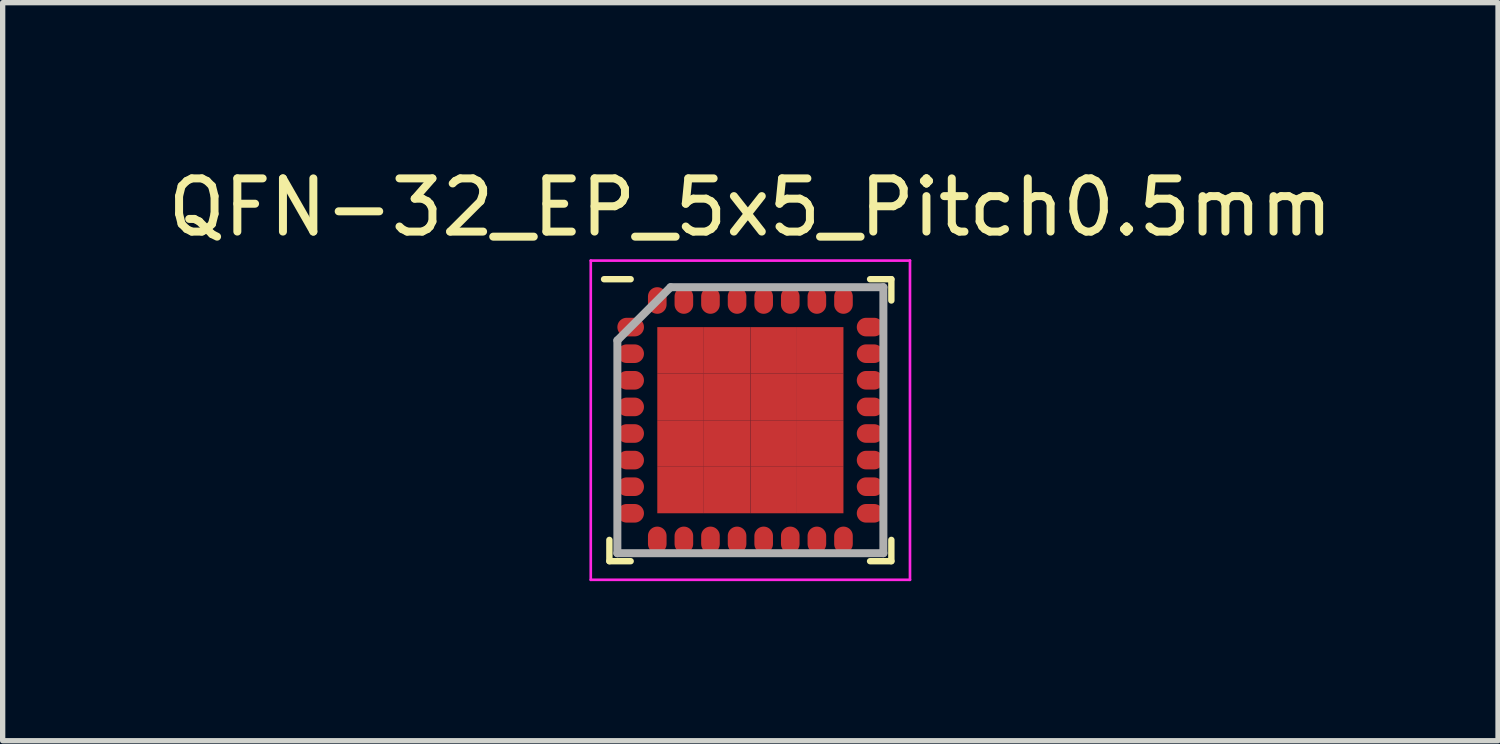
<source format=kicad_pcb>
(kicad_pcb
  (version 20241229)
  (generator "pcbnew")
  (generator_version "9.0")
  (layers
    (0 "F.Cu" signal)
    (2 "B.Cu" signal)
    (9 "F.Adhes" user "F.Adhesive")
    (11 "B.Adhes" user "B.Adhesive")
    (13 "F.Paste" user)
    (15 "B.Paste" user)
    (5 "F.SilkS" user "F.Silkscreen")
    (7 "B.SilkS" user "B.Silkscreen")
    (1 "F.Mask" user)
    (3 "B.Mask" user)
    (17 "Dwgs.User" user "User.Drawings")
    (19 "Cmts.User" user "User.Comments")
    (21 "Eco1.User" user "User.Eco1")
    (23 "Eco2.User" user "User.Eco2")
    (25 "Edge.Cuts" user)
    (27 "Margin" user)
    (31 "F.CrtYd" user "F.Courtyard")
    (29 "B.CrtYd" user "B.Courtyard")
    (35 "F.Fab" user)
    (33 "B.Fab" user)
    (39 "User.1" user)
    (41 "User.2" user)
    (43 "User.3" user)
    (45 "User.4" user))
  (footprint "QFN-32_EP_5x5_Pitch0.5mm"
    (layer "F.Cu")
    (at 11.054 4.848)
    (property "Reference" "QFN-32_EP_5x5_Pitch0.5mm" (at 0 -4 0) (layer "F.SilkS") (effects (font (size 1 1) (thickness 0.15))))
    (attr smd)
    (fp_line (start -2.65 2.65) (end -2.65 2.25) (stroke (width 0.12) (type solid)) (layer "F.SilkS"))
    (fp_line (start -2.25 -2.65) (end -2.75 -2.65) (stroke (width 0.12) (type solid)) (layer "F.SilkS"))
    (fp_line (start -2.25 2.65) (end -2.65 2.65) (stroke (width 0.12) (type solid)) (layer "F.SilkS"))
    (fp_line (start 2.25 -2.65) (end 2.65 -2.65) (stroke (width 0.12) (type solid)) (layer "F.SilkS"))
    (fp_line (start 2.25 2.65) (end 2.65 2.65) (stroke (width 0.12) (type solid)) (layer "F.SilkS"))
    (fp_line (start 2.65 -2.65) (end 2.65 -2.25) (stroke (width 0.12) (type solid)) (layer "F.SilkS"))
    (fp_line (start 2.65 2.65) (end 2.65 2.25) (stroke (width 0.12) (type solid)) (layer "F.SilkS"))
    (fp_line (start -3 -3) (end 3 -3) (stroke (width 0.05) (type solid)) (layer "F.CrtYd"))
    (fp_line (start -3 3) (end -3 -3) (stroke (width 0.05) (type solid)) (layer "F.CrtYd"))
    (fp_line (start 3 -3) (end 3 3) (stroke (width 0.05) (type solid)) (layer "F.CrtYd"))
    (fp_line (start 3 3) (end -3 3) (stroke (width 0.05) (type solid)) (layer "F.CrtYd"))
    (fp_line (start -2.5 -1.5) (end -2.5 2.5) (stroke (width 0.15) (type solid)) (layer "F.Fab"))
    (fp_line (start -2.5 2.5) (end 2.5 2.5) (stroke (width 0.15) (type solid)) (layer "F.Fab"))
    (fp_line (start -1.5 -2.5) (end -2.5 -1.5) (stroke (width 0.15) (type solid)) (layer "F.Fab"))
    (fp_line (start 2.5 -2.5) (end -1.5 -2.5) (stroke (width 0.15) (type solid)) (layer "F.Fab"))
    (fp_line (start 2.5 2.5) (end 2.5 -2.5) (stroke (width 0.15) (type solid)) (layer "F.Fab"))
    (pad "1" smd oval (at -2.25 -1.75 90) (size 0.35 0.5) (layers "F.Cu" "F.Mask" "F.Paste"))
    (pad "2" smd oval (at -2.25 -1.25 90) (size 0.35 0.5) (layers "F.Cu" "F.Mask" "F.Paste"))
    (pad "3" smd oval (at -2.25 -0.75 90) (size 0.35 0.5) (layers "F.Cu" "F.Mask" "F.Paste"))
    (pad "4" smd oval (at -2.25 -0.25 90) (size 0.35 0.5) (layers "F.Cu" "F.Mask" "F.Paste"))
    (pad "5" smd oval (at -2.25 0.25 90) (size 0.35 0.5) (layers "F.Cu" "F.Mask" "F.Paste"))
    (pad "6" smd oval (at -2.25 0.75 90) (size 0.35 0.5) (layers "F.Cu" "F.Mask" "F.Paste"))
    (pad "7" smd oval (at -2.25 1.25 90) (size 0.35 0.5) (layers "F.Cu" "F.Mask" "F.Paste"))
    (pad "8" smd oval (at -2.25 1.75 90) (size 0.35 0.5) (layers "F.Cu" "F.Mask" "F.Paste"))
    (pad "9" smd oval (at -1.75 2.25) (size 0.35 0.5) (layers "F.Cu" "F.Mask" "F.Paste"))
    (pad "10" smd oval (at -1.25 2.25) (size 0.35 0.5) (layers "F.Cu" "F.Mask" "F.Paste"))
    (pad "11" smd oval (at -0.75 2.25) (size 0.35 0.5) (layers "F.Cu" "F.Mask" "F.Paste"))
    (pad "12" smd oval (at -0.25 2.25) (size 0.35 0.5) (layers "F.Cu" "F.Mask" "F.Paste"))
    (pad "13" smd oval (at 0.25 2.25) (size 0.35 0.5) (layers "F.Cu" "F.Mask" "F.Paste"))
    (pad "14" smd oval (at 0.75 2.25) (size 0.35 0.5) (layers "F.Cu" "F.Mask" "F.Paste"))
    (pad "15" smd oval (at 1.25 2.25) (size 0.35 0.5) (layers "F.Cu" "F.Mask" "F.Paste"))
    (pad "16" smd oval (at 1.75 2.25) (size 0.35 0.5) (layers "F.Cu" "F.Mask" "F.Paste"))
    (pad "17" smd oval (at 2.25 1.75 90) (size 0.35 0.5) (layers "F.Cu" "F.Mask" "F.Paste"))
    (pad "18" smd oval (at 2.25 1.25 90) (size 0.35 0.5) (layers "F.Cu" "F.Mask" "F.Paste"))
    (pad "19" smd oval (at 2.25 0.75 90) (size 0.35 0.5) (layers "F.Cu" "F.Mask" "F.Paste"))
    (pad "20" smd oval (at 2.25 0.25 90) (size 0.35 0.5) (layers "F.Cu" "F.Mask" "F.Paste"))
    (pad "21" smd oval (at 2.25 -0.25 90) (size 0.35 0.5) (layers "F.Cu" "F.Mask" "F.Paste"))
    (pad "22" smd oval (at 2.25 -0.75 90) (size 0.35 0.5) (layers "F.Cu" "F.Mask" "F.Paste"))
    (pad "23" smd oval (at 2.25 -1.25 90) (size 0.35 0.5) (layers "F.Cu" "F.Mask" "F.Paste"))
    (pad "24" smd oval (at 2.25 -1.75 90) (size 0.35 0.5) (layers "F.Cu" "F.Mask" "F.Paste"))
    (pad "25" smd oval (at 1.75 -2.25) (size 0.35 0.5) (layers "F.Cu" "F.Mask" "F.Paste"))
    (pad "26" smd oval (at 1.25 -2.25) (size 0.35 0.5) (layers "F.Cu" "F.Mask" "F.Paste"))
    (pad "27" smd oval (at 0.75 -2.25) (size 0.35 0.5) (layers "F.Cu" "F.Mask" "F.Paste"))
    (pad "28" smd oval (at 0.25 -2.25) (size 0.35 0.5) (layers "F.Cu" "F.Mask" "F.Paste"))
    (pad "29" smd oval (at -0.25 -2.25) (size 0.35 0.5) (layers "F.Cu" "F.Mask" "F.Paste"))
    (pad "30" smd oval (at -0.75 -2.25) (size 0.35 0.5) (layers "F.Cu" "F.Mask" "F.Paste"))
    (pad "31" smd oval (at -1.25 -2.25) (size 0.35 0.5) (layers "F.Cu" "F.Mask" "F.Paste"))
    (pad "32" smd oval (at -1.75 -2.25) (size 0.35 0.5) (layers "F.Cu" "F.Mask" "F.Paste"))
    (pad "33" smd rect (at -1.312 -1.312) (size 0.875 0.875) (layers "F.Cu" "F.Mask" "F.Paste"))
    (pad "33" smd rect (at -1.312 -0.438) (size 0.875 0.875) (layers "F.Cu" "F.Mask" "F.Paste"))
    (pad "33" smd rect (at -1.312 0.438) (size 0.875 0.875) (layers "F.Cu" "F.Mask" "F.Paste"))
    (pad "33" smd rect (at -1.312 1.312) (size 0.875 0.875) (layers "F.Cu" "F.Mask" "F.Paste"))
    (pad "33" smd rect (at -0.438 -1.312) (size 0.875 0.875) (layers "F.Cu" "F.Mask" "F.Paste"))
    (pad "33" smd rect (at -0.438 -0.438) (size 0.875 0.875) (layers "F.Cu" "F.Mask" "F.Paste"))
    (pad "33" smd rect (at -0.438 0.438) (size 0.875 0.875) (layers "F.Cu" "F.Mask" "F.Paste"))
    (pad "33" smd rect (at -0.438 1.312) (size 0.875 0.875) (layers "F.Cu" "F.Mask" "F.Paste"))
    (pad "33" smd rect (at 0.438 -1.312) (size 0.875 0.875) (layers "F.Cu" "F.Mask" "F.Paste"))
    (pad "33" smd rect (at 0.438 -0.438) (size 0.875 0.875) (layers "F.Cu" "F.Mask" "F.Paste"))
    (pad "33" smd rect (at 0.438 0.438) (size 0.875 0.875) (layers "F.Cu" "F.Mask" "F.Paste"))
    (pad "33" smd rect (at 0.438 1.312) (size 0.875 0.875) (layers "F.Cu" "F.Mask" "F.Paste"))
    (pad "33" smd rect (at 1.312 -1.312) (size 0.875 0.875) (layers "F.Cu" "F.Mask" "F.Paste"))
    (pad "33" smd rect (at 1.312 -0.438) (size 0.875 0.875) (layers "F.Cu" "F.Mask" "F.Paste"))
    (pad "33" smd rect (at 1.312 0.438) (size 0.875 0.875) (layers "F.Cu" "F.Mask" "F.Paste"))
    (pad "33" smd rect (at 1.312 1.312) (size 0.875 0.875) (layers "F.Cu" "F.Mask" "F.Paste")))
  (gr_rect
    (start -3 -3)
    (end 25.107 10.873)
    (stroke (width 0.1) (type default))
    (fill no)
    (layer "Edge.Cuts")))
</source>
